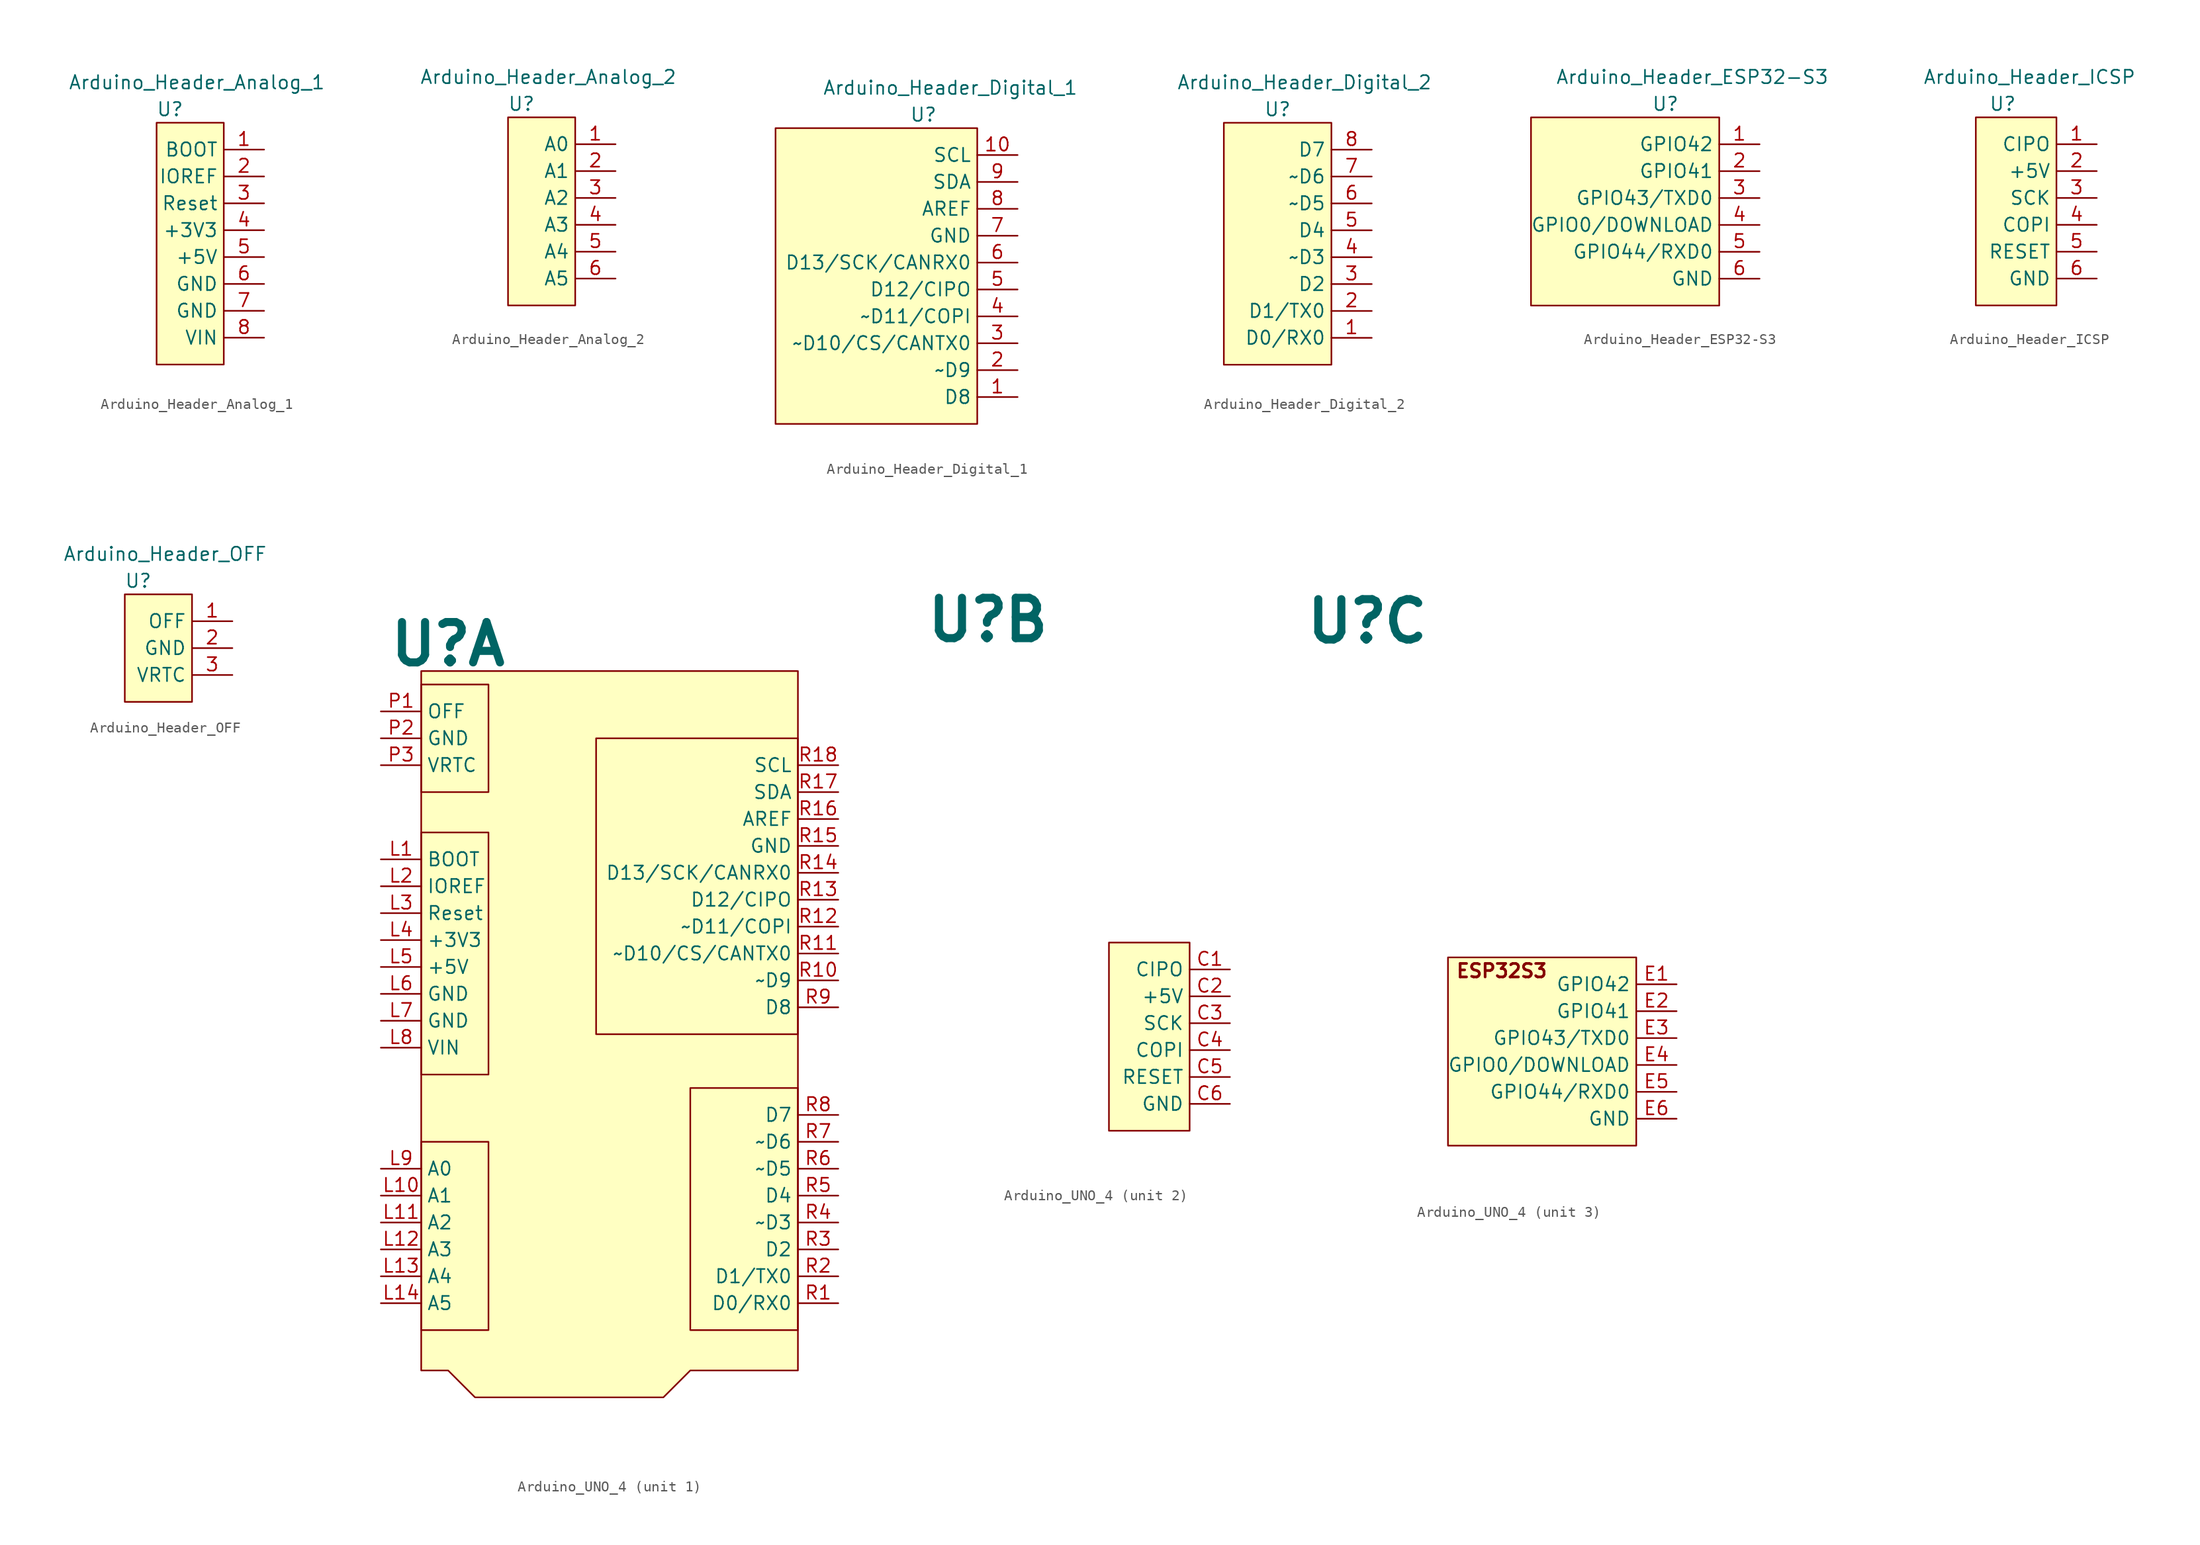
<source format=kicad_sym>
(kicad_symbol_lib
  (version 20220914)
  (generator kicad_symbol_editor)
  (symbol "Arduino_Header_Analog_1"
    (property "Reference" "U"
      (at -5.08 6.35 0)
      (effects (font (size 1.27 1.27))))
    (property "Value" "Arduino_Header_Analog_1"
      (at -2.54 8.89 0)
      (effects (font (size 1.27 1.27))))
    (symbol "Arduino_Header_Analog_1_0_1"
      (rectangle (start -6.35 5.08) (end 0 -17.78) (stroke (width 0) (type default)) (fill (type background))))
    (symbol "Arduino_Header_Analog_1_1_1"
      (pin input line (at 3.81 2.54 180) (length 3.81) (name "BOOT" (effects (font (size 1.27 1.27)))) (number "1" (effects (font (size 1.27 1.27)))))
      (pin power_out line (at 3.81 0 180) (length 3.81) (name "IOREF" (effects (font (size 1.27 1.27)))) (number "2" (effects (font (size 1.27 1.27)))))
      (pin input line (at 3.81 -2.54 180) (length 3.81) (name "Reset" (effects (font (size 1.27 1.27)))) (number "3" (effects (font (size 1.27 1.27)))))
      (pin power_out line (at 3.81 -5.08 180) (length 3.81) (name "+3V3" (effects (font (size 1.27 1.27)))) (number "4" (effects (font (size 1.27 1.27)))))
      (pin power_out line (at 3.81 -7.62 180) (length 3.81) (name "+5V" (effects (font (size 1.27 1.27)))) (number "5" (effects (font (size 1.27 1.27)))))
      (pin power_out line (at 3.81 -10.16 180) (length 3.81) (name "GND" (effects (font (size 1.27 1.27)))) (number "6" (effects (font (size 1.27 1.27)))))
      (pin power_out line (at 3.81 -12.7 180) (length 3.81) (name "GND" (effects (font (size 1.27 1.27)))) (number "7" (effects (font (size 1.27 1.27)))))
      (pin power_out line (at 3.81 -15.24 180) (length 3.81) (name "VIN" (effects (font (size 1.27 1.27)))) (number "8" (effects (font (size 1.27 1.27)))))))
  (symbol "Arduino_Header_Analog_2"
    (property "Reference" "U"
      (at -5.08 6.35 0)
      (effects (font (size 1.27 1.27))))
    (property "Value" "Arduino_Header_Analog_2"
      (at -2.54 8.89 0)
      (effects (font (size 1.27 1.27))))
    (symbol "Arduino_Header_Analog_2_0_1"
      (rectangle (start -6.35 5.08) (end 0 -12.7) (stroke (width 0) (type default)) (fill (type background))))
    (symbol "Arduino_Header_Analog_2_1_1"
      (pin bidirectional line (at 3.81 2.54 180) (length 3.81) (name "A0" (effects (font (size 1.27 1.27)))) (number "1" (effects (font (size 1.27 1.27)))))
      (pin bidirectional line (at 3.81 0 180) (length 3.81) (name "A1" (effects (font (size 1.27 1.27)))) (number "2" (effects (font (size 1.27 1.27)))))
      (pin bidirectional line (at 3.81 -2.54 180) (length 3.81) (name "A2" (effects (font (size 1.27 1.27)))) (number "3" (effects (font (size 1.27 1.27)))))
      (pin bidirectional line (at 3.81 -5.08 180) (length 3.81) (name "A3" (effects (font (size 1.27 1.27)))) (number "4" (effects (font (size 1.27 1.27)))))
      (pin bidirectional line (at 3.81 -7.62 180) (length 3.81) (name "A4" (effects (font (size 1.27 1.27)))) (number "5" (effects (font (size 1.27 1.27)))))
      (pin bidirectional line (at 3.81 -10.16 180) (length 3.81) (name "A5" (effects (font (size 1.27 1.27)))) (number "6" (effects (font (size 1.27 1.27)))))))
  (symbol "Arduino_Header_Digital_1"
    (property "Reference" "U"
      (at -5.08 6.35 0)
      (effects (font (size 1.27 1.27))))
    (property "Value" "Arduino_Header_Digital_1"
      (at -2.54 8.89 0)
      (effects (font (size 1.27 1.27))))
    (symbol "Arduino_Header_Digital_1_0_1"
      (rectangle (start -19.05 5.08) (end 0 -22.86) (stroke (width 0) (type default)) (fill (type background))))
    (symbol "Arduino_Header_Digital_1_1_1"
      (pin bidirectional line (at 3.81 -20.32 180) (length 3.81) (name "D8" (effects (font (size 1.27 1.27)))) (number "1" (effects (font (size 1.27 1.27)))))
      (pin bidirectional line (at 3.81 2.54 180) (length 3.81) (name "SCL" (effects (font (size 1.27 1.27)))) (number "10" (effects (font (size 1.27 1.27)))))
      (pin bidirectional line (at 3.81 -17.78 180) (length 3.81) (name "~D9" (effects (font (size 1.27 1.27)))) (number "2" (effects (font (size 1.27 1.27)))))
      (pin bidirectional line (at 3.81 -15.24 180) (length 3.81) (name "~D10/CS/CANTX0" (effects (font (size 1.27 1.27)))) (number "3" (effects (font (size 1.27 1.27)))))
      (pin bidirectional line (at 3.81 -12.7 180) (length 3.81) (name "~D11/COPI" (effects (font (size 1.27 1.27)))) (number "4" (effects (font (size 1.27 1.27)))))
      (pin bidirectional line (at 3.81 -10.16 180) (length 3.81) (name "D12/CIPO" (effects (font (size 1.27 1.27)))) (number "5" (effects (font (size 1.27 1.27)))))
      (pin bidirectional line (at 3.81 -7.62 180) (length 3.81) (name "D13/SCK/CANRX0" (effects (font (size 1.27 1.27)))) (number "6" (effects (font (size 1.27 1.27)))))
      (pin power_out line (at 3.81 -5.08 180) (length 3.81) (name "GND" (effects (font (size 1.27 1.27)))) (number "7" (effects (font (size 1.27 1.27)))))
      (pin output line (at 3.81 -2.54 180) (length 3.81) (name "AREF" (effects (font (size 1.27 1.27)))) (number "8" (effects (font (size 1.27 1.27)))))
      (pin bidirectional line (at 3.81 0 180) (length 3.81) (name "SDA" (effects (font (size 1.27 1.27)))) (number "9" (effects (font (size 1.27 1.27)))))))
  (symbol "Arduino_Header_Digital_2"
    (property "Reference" "U"
      (at -5.08 6.35 0)
      (effects (font (size 1.27 1.27))))
    (property "Value" "Arduino_Header_Digital_2"
      (at -2.54 8.89 0)
      (effects (font (size 1.27 1.27))))
    (symbol "Arduino_Header_Digital_2_0_1"
      (rectangle (start -10.16 5.08) (end 0 -17.78) (stroke (width 0) (type default)) (fill (type background))))
    (symbol "Arduino_Header_Digital_2_1_1"
      (pin bidirectional line (at 3.81 -15.24 180) (length 3.81) (name "D0/RX0" (effects (font (size 1.27 1.27)))) (number "1" (effects (font (size 1.27 1.27)))))
      (pin bidirectional line (at 3.81 -12.7 180) (length 3.81) (name "D1/TX0" (effects (font (size 1.27 1.27)))) (number "2" (effects (font (size 1.27 1.27)))))
      (pin bidirectional line (at 3.81 -10.16 180) (length 3.81) (name "D2" (effects (font (size 1.27 1.27)))) (number "3" (effects (font (size 1.27 1.27)))))
      (pin bidirectional line (at 3.81 -7.62 180) (length 3.81) (name "~D3" (effects (font (size 1.27 1.27)))) (number "4" (effects (font (size 1.27 1.27)))))
      (pin bidirectional line (at 3.81 -5.08 180) (length 3.81) (name "D4" (effects (font (size 1.27 1.27)))) (number "5" (effects (font (size 1.27 1.27)))))
      (pin bidirectional line (at 3.81 -2.54 180) (length 3.81) (name "~D5" (effects (font (size 1.27 1.27)))) (number "6" (effects (font (size 1.27 1.27)))))
      (pin bidirectional line (at 3.81 0 180) (length 3.81) (name "~D6" (effects (font (size 1.27 1.27)))) (number "7" (effects (font (size 1.27 1.27)))))
      (pin bidirectional line (at 3.81 2.54 180) (length 3.81) (name "D7" (effects (font (size 1.27 1.27)))) (number "8" (effects (font (size 1.27 1.27)))))))
  (symbol "Arduino_Header_ESP32-S3"
    (property "Reference" "U"
      (at -5.08 6.35 0)
      (effects (font (size 1.27 1.27))))
    (property "Value" "Arduino_Header_ESP32-S3"
      (at -2.54 8.89 0)
      (effects (font (size 1.27 1.27))))
    (symbol "Arduino_Header_ESP32-S3_0_1"
      (rectangle (start -17.78 5.08) (end 0 -12.7) (stroke (width 0) (type default)) (fill (type background))))
    (symbol "Arduino_Header_ESP32-S3_1_1"
      (pin bidirectional line (at 3.81 2.54 180) (length 3.81) (name "GPIO42" (effects (font (size 1.27 1.27)))) (number "1" (effects (font (size 1.27 1.27)))))
      (pin bidirectional line (at 3.81 0 180) (length 3.81) (name "GPIO41" (effects (font (size 1.27 1.27)))) (number "2" (effects (font (size 1.27 1.27)))))
      (pin bidirectional line (at 3.81 -2.54 180) (length 3.81) (name "GPIO43/TXD0" (effects (font (size 1.27 1.27)))) (number "3" (effects (font (size 1.27 1.27)))))
      (pin bidirectional line (at 3.81 -5.08 180) (length 3.81) (name "GPIO0/DOWNLOAD" (effects (font (size 1.27 1.27)))) (number "4" (effects (font (size 1.27 1.27)))))
      (pin bidirectional line (at 3.81 -7.62 180) (length 3.81) (name "GPIO44/RXD0" (effects (font (size 1.27 1.27)))) (number "5" (effects (font (size 1.27 1.27)))))
      (pin power_out line (at 3.81 -10.16 180) (length 3.81) (name "GND" (effects (font (size 1.27 1.27)))) (number "6" (effects (font (size 1.27 1.27)))))))
  (symbol "Arduino_Header_ICSP"
    (property "Reference" "U"
      (at -5.08 6.35 0)
      (effects (font (size 1.27 1.27))))
    (property "Value" "Arduino_Header_ICSP"
      (at -2.54 8.89 0)
      (effects (font (size 1.27 1.27))))
    (symbol "Arduino_Header_ICSP_0_1"
      (rectangle (start -7.62 5.08) (end 0 -12.7) (stroke (width 0) (type default)) (fill (type background))))
    (symbol "Arduino_Header_ICSP_1_1"
      (pin bidirectional line (at 3.81 2.54 180) (length 3.81) (name "CIPO" (effects (font (size 1.27 1.27)))) (number "1" (effects (font (size 1.27 1.27)))))
      (pin power_out line (at 3.81 0 180) (length 3.81) (name "+5V" (effects (font (size 1.27 1.27)))) (number "2" (effects (font (size 1.27 1.27)))))
      (pin bidirectional line (at 3.81 -2.54 180) (length 3.81) (name "SCK" (effects (font (size 1.27 1.27)))) (number "3" (effects (font (size 1.27 1.27)))))
      (pin bidirectional line (at 3.81 -5.08 180) (length 3.81) (name "COPI" (effects (font (size 1.27 1.27)))) (number "4" (effects (font (size 1.27 1.27)))))
      (pin bidirectional line (at 3.81 -7.62 180) (length 3.81) (name "RESET" (effects (font (size 1.27 1.27)))) (number "5" (effects (font (size 1.27 1.27)))))
      (pin power_out line (at 3.81 -10.16 180) (length 3.81) (name "GND" (effects (font (size 1.27 1.27)))) (number "6" (effects (font (size 1.27 1.27)))))))
  (symbol "Arduino_Header_OFF"
    (property "Reference" "U"
      (at -5.08 6.35 0)
      (effects (font (size 1.27 1.27))))
    (property "Value" "Arduino_Header_OFF"
      (at -2.54 8.89 0)
      (effects (font (size 1.27 1.27))))
    (symbol "Arduino_Header_OFF_0_1"
      (rectangle (start -6.35 5.08) (end 0 -5.08) (stroke (width 0) (type default)) (fill (type background))))
    (symbol "Arduino_Header_OFF_1_1"
      (pin input line (at 3.81 2.54 180) (length 3.81) (name "OFF" (effects (font (size 1.27 1.27)))) (number "1" (effects (font (size 1.27 1.27)))))
      (pin power_out line (at 3.81 0 180) (length 3.81) (name "GND" (effects (font (size 1.27 1.27)))) (number "2" (effects (font (size 1.27 1.27)))))
      (pin power_in line (at 3.81 -2.54 180) (length 3.81) (name "VRTC" (effects (font (size 1.27 1.27)))) (number "3" (effects (font (size 1.27 1.27)))))))
  (symbol "Arduino_UNO_4"
    (property "Reference" "U"
      (at -15.24 40.64 0)
      (effects (font (size 3.81 3.81) bold)))
    (property "Value" ""
      (at -11.43 39.37 0)
      (effects (font (size 1.27 1.27))))
    (property "ki_locked" ""
      (at 0 0 0)
      (effects (font (size 1.27 1.27))))
    (symbol "Arduino_UNO_4_1_1"
      (rectangle (start -17.78 -6.35) (end -11.43 -24.13) (stroke (width 0) (type default)) (fill (type background)))
      (rectangle (start -17.78 22.86) (end -11.43 0) (stroke (width 0) (type default)) (fill (type background)))
      (rectangle (start -17.78 36.83) (end -11.43 26.67) (stroke (width 0) (type default)) (fill (type background)))
      (rectangle (start -1.27 31.75) (end 17.78 3.81) (stroke (width 0) (type default)) (fill (type background)))
      (polyline (pts (xy -17.78 38.1) (xy -17.78 -27.94) (xy -15.24 -27.94) (xy -12.7 -30.48) (xy 5.08 -30.48) (xy 7.62 -27.94) (xy 17.78 -27.94) (xy 17.78 38.1) (xy -17.78 38.1)) (stroke (width 0) (type default)) (fill (type background)))
      (rectangle (start 7.62 -1.27) (end 17.78 -24.13) (stroke (width 0) (type default)) (fill (type background)))
      (pin input line (at -21.59 20.32 0) (length 3.81) (name "BOOT" (effects (font (size 1.27 1.27)))) (number "L1" (effects (font (size 1.27 1.27)))))
      (pin bidirectional line (at -21.59 -11.43 0) (length 3.81) (name "A1" (effects (font (size 1.27 1.27)))) (number "L10" (effects (font (size 1.27 1.27)))))
      (pin bidirectional line (at -21.59 -13.97 0) (length 3.81) (name "A2" (effects (font (size 1.27 1.27)))) (number "L11" (effects (font (size 1.27 1.27)))))
      (pin bidirectional line (at -21.59 -16.51 0) (length 3.81) (name "A3" (effects (font (size 1.27 1.27)))) (number "L12" (effects (font (size 1.27 1.27)))))
      (pin bidirectional line (at -21.59 -19.05 0) (length 3.81) (name "A4" (effects (font (size 1.27 1.27)))) (number "L13" (effects (font (size 1.27 1.27)))))
      (pin bidirectional line (at -21.59 -21.59 0) (length 3.81) (name "A5" (effects (font (size 1.27 1.27)))) (number "L14" (effects (font (size 1.27 1.27)))))
      (pin power_out line (at -21.59 17.78 0) (length 3.81) (name "IOREF" (effects (font (size 1.27 1.27)))) (number "L2" (effects (font (size 1.27 1.27)))))
      (pin input line (at -21.59 15.24 0) (length 3.81) (name "Reset" (effects (font (size 1.27 1.27)))) (number "L3" (effects (font (size 1.27 1.27)))))
      (pin power_out line (at -21.59 12.7 0) (length 3.81) (name "+3V3" (effects (font (size 1.27 1.27)))) (number "L4" (effects (font (size 1.27 1.27)))))
      (pin power_out line (at -21.59 10.16 0) (length 3.81) (name "+5V" (effects (font (size 1.27 1.27)))) (number "L5" (effects (font (size 1.27 1.27)))))
      (pin power_out line (at -21.59 7.62 0) (length 3.81) (name "GND" (effects (font (size 1.27 1.27)))) (number "L6" (effects (font (size 1.27 1.27)))))
      (pin power_out line (at -21.59 5.08 0) (length 3.81) (name "GND" (effects (font (size 1.27 1.27)))) (number "L7" (effects (font (size 1.27 1.27)))))
      (pin power_out line (at -21.59 2.54 0) (length 3.81) (name "VIN" (effects (font (size 1.27 1.27)))) (number "L8" (effects (font (size 1.27 1.27)))))
      (pin bidirectional line (at -21.59 -8.89 0) (length 3.81) (name "A0" (effects (font (size 1.27 1.27)))) (number "L9" (effects (font (size 1.27 1.27)))))
      (pin input line (at -21.59 34.29 0) (length 3.81) (name "OFF" (effects (font (size 1.27 1.27)))) (number "P1" (effects (font (size 1.27 1.27)))))
      (pin power_out line (at -21.59 31.75 0) (length 3.81) (name "GND" (effects (font (size 1.27 1.27)))) (number "P2" (effects (font (size 1.27 1.27)))))
      (pin power_in line (at -21.59 29.21 0) (length 3.81) (name "VRTC" (effects (font (size 1.27 1.27)))) (number "P3" (effects (font (size 1.27 1.27)))))
      (pin bidirectional line (at 21.59 -21.59 180) (length 3.81) (name "D0/RX0" (effects (font (size 1.27 1.27)))) (number "R1" (effects (font (size 1.27 1.27)))))
      (pin bidirectional line (at 21.59 8.89 180) (length 3.81) (name "~D9" (effects (font (size 1.27 1.27)))) (number "R10" (effects (font (size 1.27 1.27)))))
      (pin bidirectional line (at 21.59 11.43 180) (length 3.81) (name "~D10/CS/CANTX0" (effects (font (size 1.27 1.27)))) (number "R11" (effects (font (size 1.27 1.27)))))
      (pin bidirectional line (at 21.59 13.97 180) (length 3.81) (name "~D11/COPI" (effects (font (size 1.27 1.27)))) (number "R12" (effects (font (size 1.27 1.27)))))
      (pin bidirectional line (at 21.59 16.51 180) (length 3.81) (name "D12/CIPO" (effects (font (size 1.27 1.27)))) (number "R13" (effects (font (size 1.27 1.27)))))
      (pin bidirectional line (at 21.59 19.05 180) (length 3.81) (name "D13/SCK/CANRX0" (effects (font (size 1.27 1.27)))) (number "R14" (effects (font (size 1.27 1.27)))))
      (pin power_out line (at 21.59 21.59 180) (length 3.81) (name "GND" (effects (font (size 1.27 1.27)))) (number "R15" (effects (font (size 1.27 1.27)))))
      (pin output line (at 21.59 24.13 180) (length 3.81) (name "AREF" (effects (font (size 1.27 1.27)))) (number "R16" (effects (font (size 1.27 1.27)))))
      (pin bidirectional line (at 21.59 26.67 180) (length 3.81) (name "SDA" (effects (font (size 1.27 1.27)))) (number "R17" (effects (font (size 1.27 1.27)))))
      (pin bidirectional line (at 21.59 29.21 180) (length 3.81) (name "SCL" (effects (font (size 1.27 1.27)))) (number "R18" (effects (font (size 1.27 1.27)))))
      (pin bidirectional line (at 21.59 -19.05 180) (length 3.81) (name "D1/TX0" (effects (font (size 1.27 1.27)))) (number "R2" (effects (font (size 1.27 1.27)))))
      (pin bidirectional line (at 21.59 -16.51 180) (length 3.81) (name "D2" (effects (font (size 1.27 1.27)))) (number "R3" (effects (font (size 1.27 1.27)))))
      (pin bidirectional line (at 21.59 -13.97 180) (length 3.81) (name "~D3" (effects (font (size 1.27 1.27)))) (number "R4" (effects (font (size 1.27 1.27)))))
      (pin bidirectional line (at 21.59 -11.43 180) (length 3.81) (name "D4" (effects (font (size 1.27 1.27)))) (number "R5" (effects (font (size 1.27 1.27)))))
      (pin bidirectional line (at 21.59 -8.89 180) (length 3.81) (name "~D5" (effects (font (size 1.27 1.27)))) (number "R6" (effects (font (size 1.27 1.27)))))
      (pin bidirectional line (at 21.59 -6.35 180) (length 3.81) (name "~D6" (effects (font (size 1.27 1.27)))) (number "R7" (effects (font (size 1.27 1.27)))))
      (pin bidirectional line (at 21.59 -3.81 180) (length 3.81) (name "D7" (effects (font (size 1.27 1.27)))) (number "R8" (effects (font (size 1.27 1.27)))))
      (pin bidirectional line (at 21.59 6.35 180) (length 3.81) (name "D8" (effects (font (size 1.27 1.27)))) (number "R9" (effects (font (size 1.27 1.27))))))
    (symbol "Arduino_UNO_4_2_1"
      (rectangle (start -3.81 10.16) (end 3.81 -7.62) (stroke (width 0) (type default)) (fill (type background)))
      (pin bidirectional line (at 7.62 7.62 180) (length 3.81) (name "CIPO" (effects (font (size 1.27 1.27)))) (number "C1" (effects (font (size 1.27 1.27)))))
      (pin power_out line (at 7.62 5.08 180) (length 3.81) (name "+5V" (effects (font (size 1.27 1.27)))) (number "C2" (effects (font (size 1.27 1.27)))))
      (pin bidirectional line (at 7.62 2.54 180) (length 3.81) (name "SCK" (effects (font (size 1.27 1.27)))) (number "C3" (effects (font (size 1.27 1.27)))))
      (pin bidirectional line (at 7.62 0 180) (length 3.81) (name "COPI" (effects (font (size 1.27 1.27)))) (number "C4" (effects (font (size 1.27 1.27)))))
      (pin bidirectional line (at 7.62 -2.54 180) (length 3.81) (name "RESET" (effects (font (size 1.27 1.27)))) (number "C5" (effects (font (size 1.27 1.27)))))
      (pin power_out line (at 7.62 -5.08 180) (length 3.81) (name "GND" (effects (font (size 1.27 1.27)))) (number "C6" (effects (font (size 1.27 1.27))))))
    (symbol "Arduino_UNO_4_3_1"
      (rectangle (start -7.62 8.89) (end 10.16 -8.89) (stroke (width 0) (type default)) (fill (type background)))
      (text "ESP32S3" (at -2.54 7.62 0) (effects (font (size 1.27 1.27) bold)))
      (pin bidirectional line (at 13.97 6.35 180) (length 3.81) (name "GPIO42" (effects (font (size 1.27 1.27)))) (number "E1" (effects (font (size 1.27 1.27)))))
      (pin bidirectional line (at 13.97 3.81 180) (length 3.81) (name "GPIO41" (effects (font (size 1.27 1.27)))) (number "E2" (effects (font (size 1.27 1.27)))))
      (pin bidirectional line (at 13.97 1.27 180) (length 3.81) (name "GPIO43/TXD0" (effects (font (size 1.27 1.27)))) (number "E3" (effects (font (size 1.27 1.27)))))
      (pin bidirectional line (at 13.97 -1.27 180) (length 3.81) (name "GPIO0/DOWNLOAD" (effects (font (size 1.27 1.27)))) (number "E4" (effects (font (size 1.27 1.27)))))
      (pin bidirectional line (at 13.97 -3.81 180) (length 3.81) (name "GPIO44/RXD0" (effects (font (size 1.27 1.27)))) (number "E5" (effects (font (size 1.27 1.27)))))
      (pin power_out line (at 13.97 -6.35 180) (length 3.81) (name "GND" (effects (font (size 1.27 1.27)))) (number "E6" (effects (font (size 1.27 1.27))))))))
</source>
